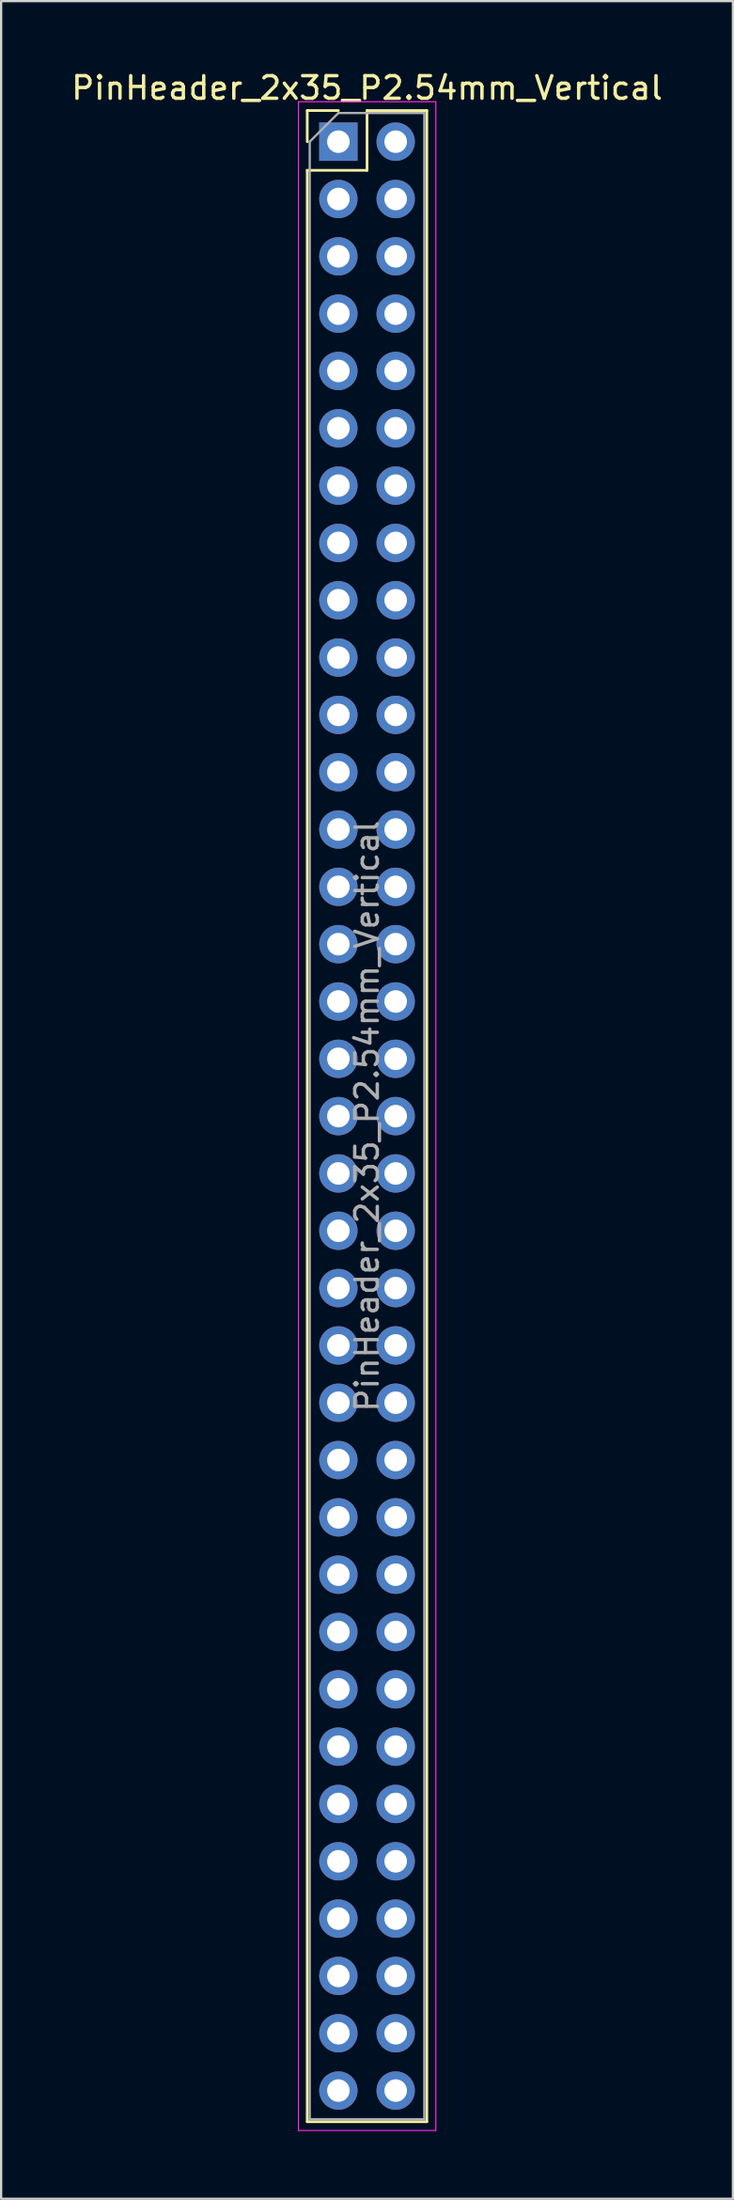
<source format=kicad_pcb>
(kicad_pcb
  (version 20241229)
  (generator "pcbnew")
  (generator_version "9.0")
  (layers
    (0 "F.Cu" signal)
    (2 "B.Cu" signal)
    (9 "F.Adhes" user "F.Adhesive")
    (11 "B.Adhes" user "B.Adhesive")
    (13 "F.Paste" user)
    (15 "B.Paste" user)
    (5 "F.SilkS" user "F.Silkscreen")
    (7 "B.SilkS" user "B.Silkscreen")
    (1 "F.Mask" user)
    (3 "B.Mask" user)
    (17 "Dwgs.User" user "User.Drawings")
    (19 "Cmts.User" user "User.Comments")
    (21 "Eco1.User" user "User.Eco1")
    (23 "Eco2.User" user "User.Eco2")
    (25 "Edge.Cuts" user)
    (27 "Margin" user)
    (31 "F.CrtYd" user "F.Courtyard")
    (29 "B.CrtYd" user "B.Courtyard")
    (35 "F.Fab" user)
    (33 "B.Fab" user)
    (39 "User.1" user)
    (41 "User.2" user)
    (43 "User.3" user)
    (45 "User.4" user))
  (footprint "PinHeader_2x35_P2.54mm_Vertical"
    (layer "F.Cu")
    (at 11.95 3.228)
    (property "Reference" "PinHeader_2x35_P2.54mm_Vertical" (at 1.27 -2.38 0) (layer "F.SilkS") (effects (font (size 1 1) (thickness 0.15))))
    (attr through_hole)
    (fp_line (start -1.38 -1.38) (end 0 -1.38) (stroke (width 0.12) (type solid)) (layer "F.SilkS"))
    (fp_line (start -1.38 0) (end -1.38 -1.38) (stroke (width 0.12) (type solid)) (layer "F.SilkS"))
    (fp_line (start -1.38 1.27) (end -1.38 87.74) (stroke (width 0.12) (type solid)) (layer "F.SilkS"))
    (fp_line (start -1.38 1.27) (end 1.27 1.27) (stroke (width 0.12) (type solid)) (layer "F.SilkS"))
    (fp_line (start -1.38 87.74) (end 3.92 87.74) (stroke (width 0.12) (type solid)) (layer "F.SilkS"))
    (fp_line (start 1.27 -1.38) (end 3.92 -1.38) (stroke (width 0.12) (type solid)) (layer "F.SilkS"))
    (fp_line (start 1.27 1.27) (end 1.27 -1.38) (stroke (width 0.12) (type solid)) (layer "F.SilkS"))
    (fp_line (start 3.92 -1.38) (end 3.92 87.74) (stroke (width 0.12) (type solid)) (layer "F.SilkS"))
    (fp_line (start -1.77 -1.77) (end -1.77 88.13) (stroke (width 0.05) (type solid)) (layer "F.CrtYd"))
    (fp_line (start -1.77 88.13) (end 4.32 88.13) (stroke (width 0.05) (type solid)) (layer "F.CrtYd"))
    (fp_line (start 4.32 -1.77) (end -1.77 -1.77) (stroke (width 0.05) (type solid)) (layer "F.CrtYd"))
    (fp_line (start 4.32 88.13) (end 4.32 -1.77) (stroke (width 0.05) (type solid)) (layer "F.CrtYd"))
    (fp_line (start -1.27 0) (end 0 -1.27) (stroke (width 0.1) (type solid)) (layer "F.Fab"))
    (fp_line (start -1.27 87.63) (end -1.27 0) (stroke (width 0.1) (type solid)) (layer "F.Fab"))
    (fp_line (start 0 -1.27) (end 3.81 -1.27) (stroke (width 0.1) (type solid)) (layer "F.Fab"))
    (fp_line (start 3.81 -1.27) (end 3.81 87.63) (stroke (width 0.1) (type solid)) (layer "F.Fab"))
    (fp_line (start 3.81 87.63) (end -1.27 87.63) (stroke (width 0.1) (type solid)) (layer "F.Fab"))
    (fp_text user "${REFERENCE}" (at 1.27 43.18 90) (layer "F.Fab") (effects (font (size 1 1) (thickness 0.15))))
    (pad "1" thru_hole rect (at 0 0) (size 1.7 1.7) (drill 1) (layers "*.Cu" "*.Mask"))
    (pad "2" thru_hole circle (at 2.54 0) (size 1.7 1.7) (drill 1) (layers "*.Cu" "*.Mask"))
    (pad "3" thru_hole circle (at 0 2.54) (size 1.7 1.7) (drill 1) (layers "*.Cu" "*.Mask"))
    (pad "4" thru_hole circle (at 2.54 2.54) (size 1.7 1.7) (drill 1) (layers "*.Cu" "*.Mask"))
    (pad "5" thru_hole circle (at 0 5.08) (size 1.7 1.7) (drill 1) (layers "*.Cu" "*.Mask"))
    (pad "6" thru_hole circle (at 2.54 5.08) (size 1.7 1.7) (drill 1) (layers "*.Cu" "*.Mask"))
    (pad "7" thru_hole circle (at 0 7.62) (size 1.7 1.7) (drill 1) (layers "*.Cu" "*.Mask"))
    (pad "8" thru_hole circle (at 2.54 7.62) (size 1.7 1.7) (drill 1) (layers "*.Cu" "*.Mask"))
    (pad "9" thru_hole circle (at 0 10.16) (size 1.7 1.7) (drill 1) (layers "*.Cu" "*.Mask"))
    (pad "10" thru_hole circle (at 2.54 10.16) (size 1.7 1.7) (drill 1) (layers "*.Cu" "*.Mask"))
    (pad "11" thru_hole circle (at 0 12.7) (size 1.7 1.7) (drill 1) (layers "*.Cu" "*.Mask"))
    (pad "12" thru_hole circle (at 2.54 12.7) (size 1.7 1.7) (drill 1) (layers "*.Cu" "*.Mask"))
    (pad "13" thru_hole circle (at 0 15.24) (size 1.7 1.7) (drill 1) (layers "*.Cu" "*.Mask"))
    (pad "14" thru_hole circle (at 2.54 15.24) (size 1.7 1.7) (drill 1) (layers "*.Cu" "*.Mask"))
    (pad "15" thru_hole circle (at 0 17.78) (size 1.7 1.7) (drill 1) (layers "*.Cu" "*.Mask"))
    (pad "16" thru_hole circle (at 2.54 17.78) (size 1.7 1.7) (drill 1) (layers "*.Cu" "*.Mask"))
    (pad "17" thru_hole circle (at 0 20.32) (size 1.7 1.7) (drill 1) (layers "*.Cu" "*.Mask"))
    (pad "18" thru_hole circle (at 2.54 20.32) (size 1.7 1.7) (drill 1) (layers "*.Cu" "*.Mask"))
    (pad "19" thru_hole circle (at 0 22.86) (size 1.7 1.7) (drill 1) (layers "*.Cu" "*.Mask"))
    (pad "20" thru_hole circle (at 2.54 22.86) (size 1.7 1.7) (drill 1) (layers "*.Cu" "*.Mask"))
    (pad "21" thru_hole circle (at 0 25.4) (size 1.7 1.7) (drill 1) (layers "*.Cu" "*.Mask"))
    (pad "22" thru_hole circle (at 2.54 25.4) (size 1.7 1.7) (drill 1) (layers "*.Cu" "*.Mask"))
    (pad "23" thru_hole circle (at 0 27.94) (size 1.7 1.7) (drill 1) (layers "*.Cu" "*.Mask"))
    (pad "24" thru_hole circle (at 2.54 27.94) (size 1.7 1.7) (drill 1) (layers "*.Cu" "*.Mask"))
    (pad "25" thru_hole circle (at 0 30.48) (size 1.7 1.7) (drill 1) (layers "*.Cu" "*.Mask"))
    (pad "26" thru_hole circle (at 2.54 30.48) (size 1.7 1.7) (drill 1) (layers "*.Cu" "*.Mask"))
    (pad "27" thru_hole circle (at 0 33.02) (size 1.7 1.7) (drill 1) (layers "*.Cu" "*.Mask"))
    (pad "28" thru_hole circle (at 2.54 33.02) (size 1.7 1.7) (drill 1) (layers "*.Cu" "*.Mask"))
    (pad "29" thru_hole circle (at 0 35.56) (size 1.7 1.7) (drill 1) (layers "*.Cu" "*.Mask"))
    (pad "30" thru_hole circle (at 2.54 35.56) (size 1.7 1.7) (drill 1) (layers "*.Cu" "*.Mask"))
    (pad "31" thru_hole circle (at 0 38.1) (size 1.7 1.7) (drill 1) (layers "*.Cu" "*.Mask"))
    (pad "32" thru_hole circle (at 2.54 38.1) (size 1.7 1.7) (drill 1) (layers "*.Cu" "*.Mask"))
    (pad "33" thru_hole circle (at 0 40.64) (size 1.7 1.7) (drill 1) (layers "*.Cu" "*.Mask"))
    (pad "34" thru_hole circle (at 2.54 40.64) (size 1.7 1.7) (drill 1) (layers "*.Cu" "*.Mask"))
    (pad "35" thru_hole circle (at 0 43.18) (size 1.7 1.7) (drill 1) (layers "*.Cu" "*.Mask"))
    (pad "36" thru_hole circle (at 2.54 43.18) (size 1.7 1.7) (drill 1) (layers "*.Cu" "*.Mask"))
    (pad "37" thru_hole circle (at 0 45.72) (size 1.7 1.7) (drill 1) (layers "*.Cu" "*.Mask"))
    (pad "38" thru_hole circle (at 2.54 45.72) (size 1.7 1.7) (drill 1) (layers "*.Cu" "*.Mask"))
    (pad "39" thru_hole circle (at 0 48.26) (size 1.7 1.7) (drill 1) (layers "*.Cu" "*.Mask"))
    (pad "40" thru_hole circle (at 2.54 48.26) (size 1.7 1.7) (drill 1) (layers "*.Cu" "*.Mask"))
    (pad "41" thru_hole circle (at 0 50.8) (size 1.7 1.7) (drill 1) (layers "*.Cu" "*.Mask"))
    (pad "42" thru_hole circle (at 2.54 50.8) (size 1.7 1.7) (drill 1) (layers "*.Cu" "*.Mask"))
    (pad "43" thru_hole circle (at 0 53.34) (size 1.7 1.7) (drill 1) (layers "*.Cu" "*.Mask"))
    (pad "44" thru_hole circle (at 2.54 53.34) (size 1.7 1.7) (drill 1) (layers "*.Cu" "*.Mask"))
    (pad "45" thru_hole circle (at 0 55.88) (size 1.7 1.7) (drill 1) (layers "*.Cu" "*.Mask"))
    (pad "46" thru_hole circle (at 2.54 55.88) (size 1.7 1.7) (drill 1) (layers "*.Cu" "*.Mask"))
    (pad "47" thru_hole circle (at 0 58.42) (size 1.7 1.7) (drill 1) (layers "*.Cu" "*.Mask"))
    (pad "48" thru_hole circle (at 2.54 58.42) (size 1.7 1.7) (drill 1) (layers "*.Cu" "*.Mask"))
    (pad "49" thru_hole circle (at 0 60.96) (size 1.7 1.7) (drill 1) (layers "*.Cu" "*.Mask"))
    (pad "50" thru_hole circle (at 2.54 60.96) (size 1.7 1.7) (drill 1) (layers "*.Cu" "*.Mask"))
    (pad "51" thru_hole circle (at 0 63.5) (size 1.7 1.7) (drill 1) (layers "*.Cu" "*.Mask"))
    (pad "52" thru_hole circle (at 2.54 63.5) (size 1.7 1.7) (drill 1) (layers "*.Cu" "*.Mask"))
    (pad "53" thru_hole circle (at 0 66.04) (size 1.7 1.7) (drill 1) (layers "*.Cu" "*.Mask"))
    (pad "54" thru_hole circle (at 2.54 66.04) (size 1.7 1.7) (drill 1) (layers "*.Cu" "*.Mask"))
    (pad "55" thru_hole circle (at 0 68.58) (size 1.7 1.7) (drill 1) (layers "*.Cu" "*.Mask"))
    (pad "56" thru_hole circle (at 2.54 68.58) (size 1.7 1.7) (drill 1) (layers "*.Cu" "*.Mask"))
    (pad "57" thru_hole circle (at 0 71.12) (size 1.7 1.7) (drill 1) (layers "*.Cu" "*.Mask"))
    (pad "58" thru_hole circle (at 2.54 71.12) (size 1.7 1.7) (drill 1) (layers "*.Cu" "*.Mask"))
    (pad "59" thru_hole circle (at 0 73.66) (size 1.7 1.7) (drill 1) (layers "*.Cu" "*.Mask"))
    (pad "60" thru_hole circle (at 2.54 73.66) (size 1.7 1.7) (drill 1) (layers "*.Cu" "*.Mask"))
    (pad "61" thru_hole circle (at 0 76.2) (size 1.7 1.7) (drill 1) (layers "*.Cu" "*.Mask"))
    (pad "62" thru_hole circle (at 2.54 76.2) (size 1.7 1.7) (drill 1) (layers "*.Cu" "*.Mask"))
    (pad "63" thru_hole circle (at 0 78.74) (size 1.7 1.7) (drill 1) (layers "*.Cu" "*.Mask"))
    (pad "64" thru_hole circle (at 2.54 78.74) (size 1.7 1.7) (drill 1) (layers "*.Cu" "*.Mask"))
    (pad "65" thru_hole circle (at 0 81.28) (size 1.7 1.7) (drill 1) (layers "*.Cu" "*.Mask"))
    (pad "66" thru_hole circle (at 2.54 81.28) (size 1.7 1.7) (drill 1) (layers "*.Cu" "*.Mask"))
    (pad "67" thru_hole circle (at 0 83.82) (size 1.7 1.7) (drill 1) (layers "*.Cu" "*.Mask"))
    (pad "68" thru_hole circle (at 2.54 83.82) (size 1.7 1.7) (drill 1) (layers "*.Cu" "*.Mask"))
    (pad "69" thru_hole circle (at 0 86.36) (size 1.7 1.7) (drill 1) (layers "*.Cu" "*.Mask"))
    (pad "70" thru_hole circle (at 2.54 86.36) (size 1.7 1.7) (drill 1) (layers "*.Cu" "*.Mask")))
  (gr_rect
    (start -3 -3)
    (end 29.44 94.383)
    (stroke (width 0.1) (type default))
    (fill no)
    (layer "Edge.Cuts")))
</source>
